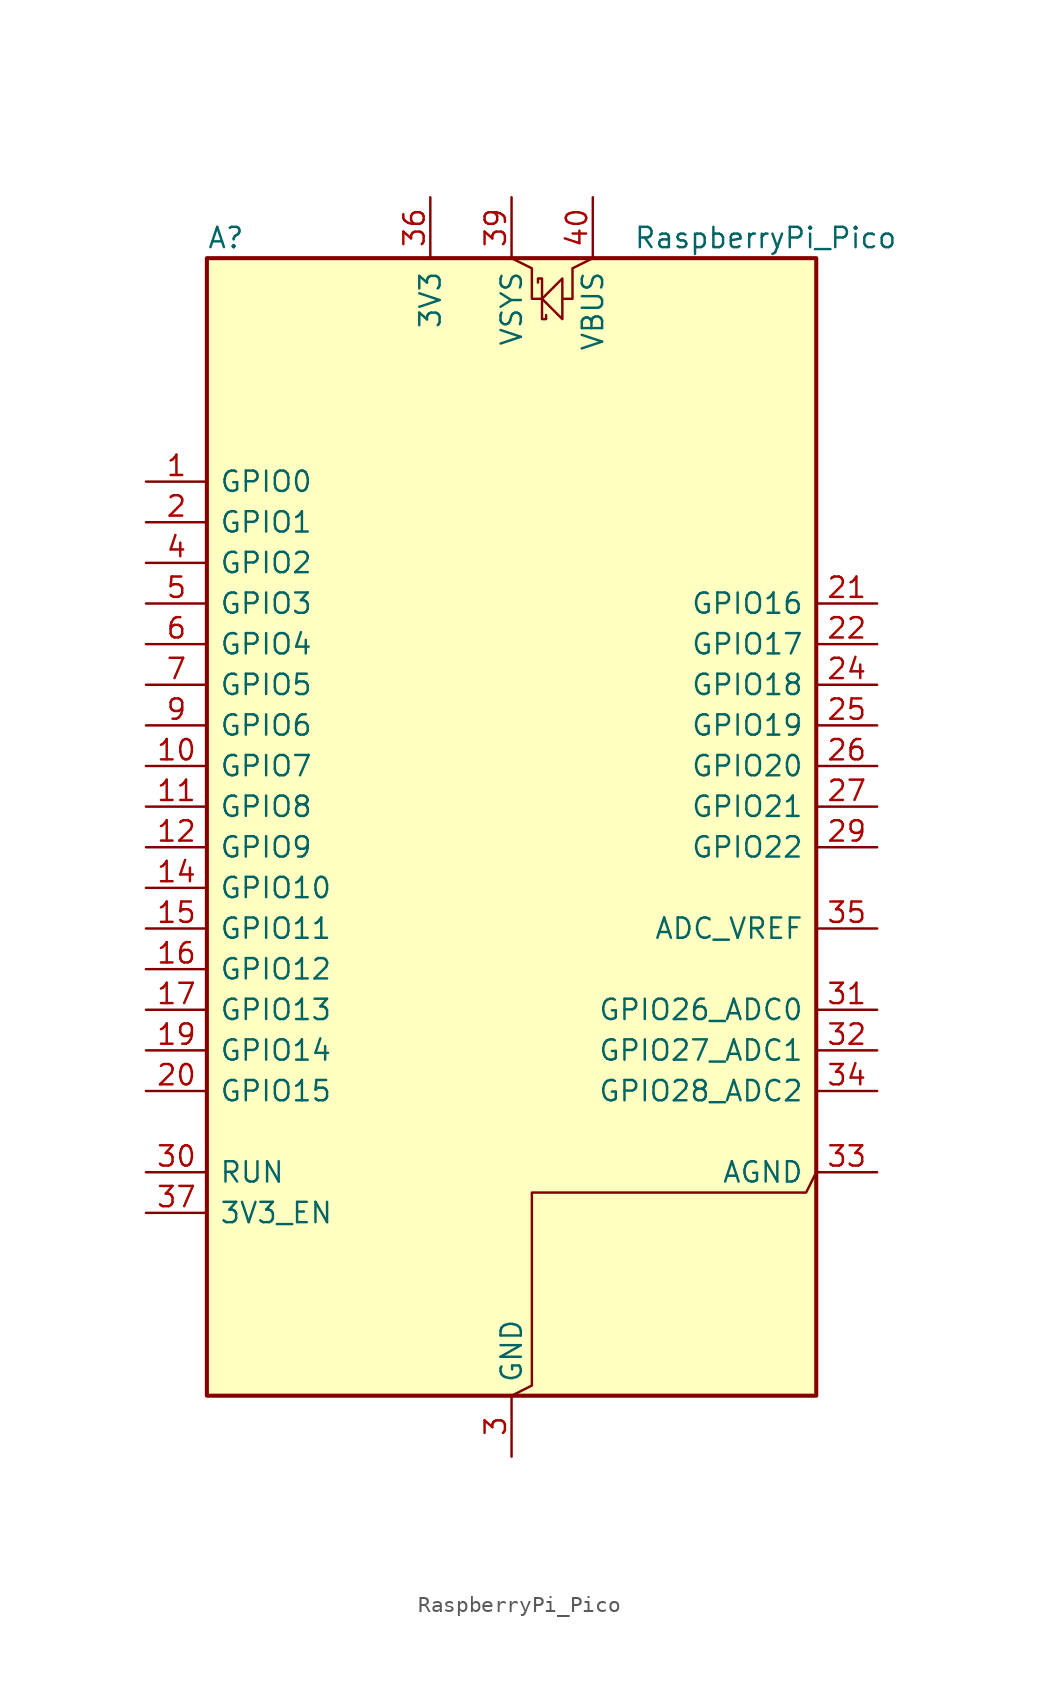
<source format=kicad_sym>
(kicad_symbol_lib
  (version 20241209)
  (generator "kicad_symbol_editor")
  (generator_version "9.0")
  (symbol "RaspberryPi_Pico"
    (pin_names
      (offset 0.762))
    (property "Reference" "A"
      (at -19.05 38.1 0)
      (effects (font (size 1.27 1.27)) (justify left)))
    (property "Value" "RaspberryPi_Pico"
      (at 7.62 38.1 0)
      (effects (font (size 1.27 1.27)) (justify left)))
    (symbol "RaspberryPi_Pico_0_1"
      (rectangle (start -19.05 36.83) (end 19.05 -34.29) (stroke (width 0.254) (type default)) (fill (type background)))
      (polyline (pts (xy 0 36.83) (xy 1.27 36.195) (xy 1.27 34.29) (xy 1.905 34.29)) (stroke (width 0) (type default)) (fill (type none)))
      (polyline (pts (xy 0 -34.29) (xy 1.27 -33.655) (xy 1.27 -21.59) (xy 18.415 -21.59) (xy 19.05 -20.32)) (stroke (width 0) (type default)) (fill (type none)))
      (polyline (pts (xy 1.651 35.306) (xy 1.651 35.56) (xy 1.905 35.56) (xy 1.905 33.02) (xy 2.159 33.02) (xy 2.159 33.274)) (stroke (width 0) (type default)) (fill (type none)))
      (polyline (pts (xy 1.905 34.29) (xy 3.175 35.56) (xy 3.175 33.02) (xy 1.905 34.29)) (stroke (width 0) (type default)) (fill (type none)))
      (polyline (pts (xy 5.08 36.83) (xy 3.81 36.195) (xy 3.81 34.29) (xy 3.175 34.29)) (stroke (width 0) (type default)) (fill (type none))))
    (symbol "RaspberryPi_Pico_1_1"
      (pin bidirectional line (at -22.86 22.86 0) (length 3.81) (name "GPIO0" (effects (font (size 1.27 1.27)))) (number "1" (effects (font (size 1.27 1.27)))) (alternate "I2C0_SDA" bidirectional line) (alternate "PWM0_A" output line) (alternate "SPI0_RX" input line) (alternate "UART0_TX" output line) (alternate "USB_OVCUR_DET" input line))
      (pin bidirectional line (at -22.86 20.32 0) (length 3.81) (name "GPIO1" (effects (font (size 1.27 1.27)))) (number "2" (effects (font (size 1.27 1.27)))) (alternate "I2C0_SCL" bidirectional clock) (alternate "PWM0_B" bidirectional line) (alternate "UART0_RX" input line) (alternate "USB_VBUS_DET" passive line) (alternate "~{SPI0_CSn}" bidirectional line))
      (pin bidirectional line (at -22.86 17.78 0) (length 3.81) (name "GPIO2" (effects (font (size 1.27 1.27)))) (number "4" (effects (font (size 1.27 1.27)))) (alternate "I2C1_SDA" bidirectional line) (alternate "PWM1_A" output line) (alternate "SPI0_SCK" bidirectional clock) (alternate "UART0_CTS" input line) (alternate "USB_VBUS_DET" input line))
      (pin bidirectional line (at -22.86 15.24 0) (length 3.81) (name "GPIO3" (effects (font (size 1.27 1.27)))) (number "5" (effects (font (size 1.27 1.27)))) (alternate "I2C1_SCL" bidirectional clock) (alternate "PWM1_B" bidirectional line) (alternate "SPI0_TX" output line) (alternate "UART0_RTS" output line) (alternate "USB_OVCUR_DET" input line))
      (pin bidirectional line (at -22.86 12.7 0) (length 3.81) (name "GPIO4" (effects (font (size 1.27 1.27)))) (number "6" (effects (font (size 1.27 1.27)))) (alternate "I2C0_SDA" bidirectional line) (alternate "PWM2_A" output line) (alternate "SPI0_RX" input line) (alternate "UART1_TX" output line) (alternate "USB_VBUS_DET" input line))
      (pin bidirectional line (at -22.86 10.16 0) (length 3.81) (name "GPIO5" (effects (font (size 1.27 1.27)))) (number "7" (effects (font (size 1.27 1.27)))) (alternate "I2C0_SCL" bidirectional clock) (alternate "PWM2_B" bidirectional line) (alternate "UART1_RX" input line) (alternate "USB_VBUS_EN" output line) (alternate "~{SPI0_CSn}" bidirectional line))
      (pin bidirectional line (at -22.86 7.62 0) (length 3.81) (name "GPIO6" (effects (font (size 1.27 1.27)))) (number "9" (effects (font (size 1.27 1.27)))) (alternate "I2C1_SDA" bidirectional line) (alternate "PWM3_A" output line) (alternate "SPI0_SCK" bidirectional clock) (alternate "UART1_CTS" input line) (alternate "USB_OVCUR_DET" input line))
      (pin bidirectional line (at -22.86 5.08 0) (length 3.81) (name "GPIO7" (effects (font (size 1.27 1.27)))) (number "10" (effects (font (size 1.27 1.27)))) (alternate "I2C1_SCL" bidirectional clock) (alternate "PWM3_B" bidirectional line) (alternate "SPI0_TX" output line) (alternate "UART1_RTS" output line) (alternate "USB_VBUS_DET" input line))
      (pin bidirectional line (at -22.86 2.54 0) (length 3.81) (name "GPIO8" (effects (font (size 1.27 1.27)))) (number "11" (effects (font (size 1.27 1.27)))) (alternate "I2C0_SDA" bidirectional line) (alternate "PWM4_A" output line) (alternate "SPI1_RX" input line) (alternate "UART1_TX" output line) (alternate "USB_VBUS_EN" output line))
      (pin bidirectional line (at -22.86 0 0) (length 3.81) (name "GPIO9" (effects (font (size 1.27 1.27)))) (number "12" (effects (font (size 1.27 1.27)))) (alternate "I2C0_SCL" bidirectional clock) (alternate "PWM4_B" bidirectional line) (alternate "UART1_RX" input line) (alternate "USB_OVCUR_DET" input line) (alternate "~{SPI1_CSn}" bidirectional line))
      (pin bidirectional line (at -22.86 -2.54 0) (length 3.81) (name "GPIO10" (effects (font (size 1.27 1.27)))) (number "14" (effects (font (size 1.27 1.27)))) (alternate "I2C1_SDA" bidirectional line) (alternate "PWM5_A" output line) (alternate "SPI1_SCK" bidirectional clock) (alternate "UART1_CTS" input line) (alternate "USB_VBUS_DET" input line))
      (pin bidirectional line (at -22.86 -5.08 0) (length 3.81) (name "GPIO11" (effects (font (size 1.27 1.27)))) (number "15" (effects (font (size 1.27 1.27)))) (alternate "I2C1_SCL" bidirectional clock) (alternate "PWM5_B" bidirectional line) (alternate "SPI1_TX" output line) (alternate "UART1_RTS" output line) (alternate "USB_VBUS_EN" output line))
      (pin bidirectional line (at -22.86 -7.62 0) (length 3.81) (name "GPIO12" (effects (font (size 1.27 1.27)))) (number "16" (effects (font (size 1.27 1.27)))) (alternate "I2C0_SDA" bidirectional line) (alternate "PWM6_A" output line) (alternate "SPI1_RX" input line) (alternate "UART0_TX" output line) (alternate "USB_OVCUR_DET" input line))
      (pin bidirectional line (at -22.86 -10.16 0) (length 3.81) (name "GPIO13" (effects (font (size 1.27 1.27)))) (number "17" (effects (font (size 1.27 1.27)))) (alternate "I2C0_SCL" bidirectional clock) (alternate "PWM6_B" bidirectional line) (alternate "UART0_RX" input line) (alternate "USB_VBUS_DET" input line) (alternate "~{SPI1_CSn}" bidirectional line))
      (pin bidirectional line (at -22.86 -12.7 0) (length 3.81) (name "GPIO14" (effects (font (size 1.27 1.27)))) (number "19" (effects (font (size 1.27 1.27)))) (alternate "I2C1_SDA" bidirectional line) (alternate "PWM7_A" output line) (alternate "SPI1_SCK" bidirectional clock) (alternate "UART0_CTS" input line) (alternate "USB_VBUS_EN" output line))
      (pin bidirectional line (at -22.86 -15.24 0) (length 3.81) (name "GPIO15" (effects (font (size 1.27 1.27)))) (number "20" (effects (font (size 1.27 1.27)))) (alternate "I2C1_SCL" bidirectional clock) (alternate "PWM7_B" bidirectional line) (alternate "SPI1_TX" output line) (alternate "UART0_RTS" output line) (alternate "USB_OVCUR_DET" input line))
      (pin input line (at -22.86 -20.32 0) (length 3.81) (name "RUN" (effects (font (size 1.27 1.27)))) (number "30" (effects (font (size 1.27 1.27)))) (alternate "~{RESET}" input line))
      (pin input line (at -22.86 -22.86 0) (length 3.81) (name "3V3_EN" (effects (font (size 1.27 1.27)))) (number "37" (effects (font (size 1.27 1.27)))) (alternate "~{3V3_DISABLE}" input line))
      (pin power_out line (at -5.08 40.64 270) (length 3.81) (name "3V3" (effects (font (size 1.27 1.27)))) (number "36" (effects (font (size 1.27 1.27)))))
      (pin power_in line (at 0 40.64 270) (length 3.81) (name "VSYS" (effects (font (size 1.27 1.27)))) (number "39" (effects (font (size 1.27 1.27)))) (alternate "VSYS_IN" power_in line) (alternate "VSYS_OUT" power_out line))
      (pin passive line (at 0 -38.1 90) (length 3.81) (hide yes) (name "GND" (effects (font (size 1.27 1.27)))) (number "13" (effects (font (size 1.27 1.27)))))
      (pin passive line (at 0 -38.1 90) (length 3.81) (hide yes) (name "GND" (effects (font (size 1.27 1.27)))) (number "18" (effects (font (size 1.27 1.27)))))
      (pin passive line (at 0 -38.1 90) (length 3.81) (hide yes) (name "GND" (effects (font (size 1.27 1.27)))) (number "23" (effects (font (size 1.27 1.27)))))
      (pin passive line (at 0 -38.1 90) (length 3.81) (hide yes) (name "GND" (effects (font (size 1.27 1.27)))) (number "28" (effects (font (size 1.27 1.27)))))
      (pin power_out line (at 0 -38.1 90) (length 3.81) (name "GND" (effects (font (size 1.27 1.27)))) (number "3" (effects (font (size 1.27 1.27)))) (alternate "GND_IN" power_in line))
      (pin passive line (at 0 -38.1 90) (length 3.81) (hide yes) (name "GND" (effects (font (size 1.27 1.27)))) (number "38" (effects (font (size 1.27 1.27)))))
      (pin passive line (at 0 -38.1 90) (length 3.81) (hide yes) (name "GND" (effects (font (size 1.27 1.27)))) (number "8" (effects (font (size 1.27 1.27)))))
      (pin power_out line (at 5.08 40.64 270) (length 3.81) (name "VBUS" (effects (font (size 1.27 1.27)))) (number "40" (effects (font (size 1.27 1.27)))) (alternate "VBUS_HOST" power_in line))
      (pin bidirectional line (at 22.86 15.24 180) (length 3.81) (name "GPIO16" (effects (font (size 1.27 1.27)))) (number "21" (effects (font (size 1.27 1.27)))) (alternate "I2C0_SDA" bidirectional line) (alternate "PWM0_A" output line) (alternate "SPI0_RX" input line) (alternate "UART0_TX" output line) (alternate "USB_VBUS_DET" input line))
      (pin bidirectional line (at 22.86 12.7 180) (length 3.81) (name "GPIO17" (effects (font (size 1.27 1.27)))) (number "22" (effects (font (size 1.27 1.27)))) (alternate "I2C0_SCL" bidirectional clock) (alternate "PWM0_B" bidirectional line) (alternate "UART0_RX" input line) (alternate "USB_VBUS_EN" output line) (alternate "~{SPI0_CSn}" bidirectional line))
      (pin bidirectional line (at 22.86 10.16 180) (length 3.81) (name "GPIO18" (effects (font (size 1.27 1.27)))) (number "24" (effects (font (size 1.27 1.27)))) (alternate "I2C1_SDA" bidirectional line) (alternate "PWM1_A" output line) (alternate "SPI0_SCK" bidirectional clock) (alternate "UART0_CTS" input line) (alternate "USB_OVCUR_DET" input line))
      (pin bidirectional line (at 22.86 7.62 180) (length 3.81) (name "GPIO19" (effects (font (size 1.27 1.27)))) (number "25" (effects (font (size 1.27 1.27)))) (alternate "I2C1_SCL" bidirectional clock) (alternate "PWM1_B" bidirectional line) (alternate "SPI0_TX" output line) (alternate "UART0_RTS" output line) (alternate "USB_VBUS_DET" input line))
      (pin bidirectional line (at 22.86 5.08 180) (length 3.81) (name "GPIO20" (effects (font (size 1.27 1.27)))) (number "26" (effects (font (size 1.27 1.27)))) (alternate "CLOCK_GPIN0" input clock) (alternate "I2C0_SDA" bidirectional line) (alternate "PWM2_A" output line) (alternate "SPI0_RX" input line) (alternate "UART1_TX" output line) (alternate "USB_VBUS_EN" output line))
      (pin bidirectional line (at 22.86 2.54 180) (length 3.81) (name "GPIO21" (effects (font (size 1.27 1.27)))) (number "27" (effects (font (size 1.27 1.27)))) (alternate "CLOCK_GPOUT0" output clock) (alternate "I2C0_SCL" bidirectional clock) (alternate "PWM2_B" bidirectional line) (alternate "UART1_RX" input line) (alternate "USB_OVCUR_DET" input line) (alternate "~{SPI0_CSn}" bidirectional line))
      (pin bidirectional line (at 22.86 0 180) (length 3.81) (name "GPIO22" (effects (font (size 1.27 1.27)))) (number "29" (effects (font (size 1.27 1.27)))) (alternate "CLOCK_GPIN1" input clock) (alternate "I2C1_SDA" bidirectional line) (alternate "PWM3_A" output line) (alternate "SPI0_SCK" bidirectional clock) (alternate "UART1_CTS" input line) (alternate "USB_VBUS_DET" input line))
      (pin power_in line (at 22.86 -5.08 180) (length 3.81) (name "ADC_VREF" (effects (font (size 1.27 1.27)))) (number "35" (effects (font (size 1.27 1.27)))))
      (pin bidirectional line (at 22.86 -10.16 180) (length 3.81) (name "GPIO26_ADC0" (effects (font (size 1.27 1.27)))) (number "31" (effects (font (size 1.27 1.27)))) (alternate "ADC0" input line) (alternate "GPIO26" bidirectional line) (alternate "I2C1_SDA" bidirectional line) (alternate "PWM5_A" output line) (alternate "SPI1_SCK" bidirectional clock) (alternate "UART1_CTS" input line) (alternate "USB_VBUS_EN" output line))
      (pin bidirectional line (at 22.86 -12.7 180) (length 3.81) (name "GPIO27_ADC1" (effects (font (size 1.27 1.27)))) (number "32" (effects (font (size 1.27 1.27)))) (alternate "ADC1" input line) (alternate "GPIO27" bidirectional line) (alternate "I2C1_SCL" bidirectional clock) (alternate "PWM5_B" bidirectional line) (alternate "SPI1_TX" output line) (alternate "UART1_RTS" output line) (alternate "USB_OVCUR_DET" input line))
      (pin bidirectional line (at 22.86 -15.24 180) (length 3.81) (name "GPIO28_ADC2" (effects (font (size 1.27 1.27)))) (number "34" (effects (font (size 1.27 1.27)))) (alternate "ADC2" input line) (alternate "GPIO28" bidirectional line) (alternate "I2C0_SDA" bidirectional line) (alternate "PWM6_A" output line) (alternate "SPI1_RX" input line) (alternate "UART0_TX" output line) (alternate "USB_VBUS_DET" input line))
      (pin power_out line (at 22.86 -20.32 180) (length 3.81) (name "AGND" (effects (font (size 1.27 1.27)))) (number "33" (effects (font (size 1.27 1.27)))) (alternate "GND" passive line)))))
</source>
